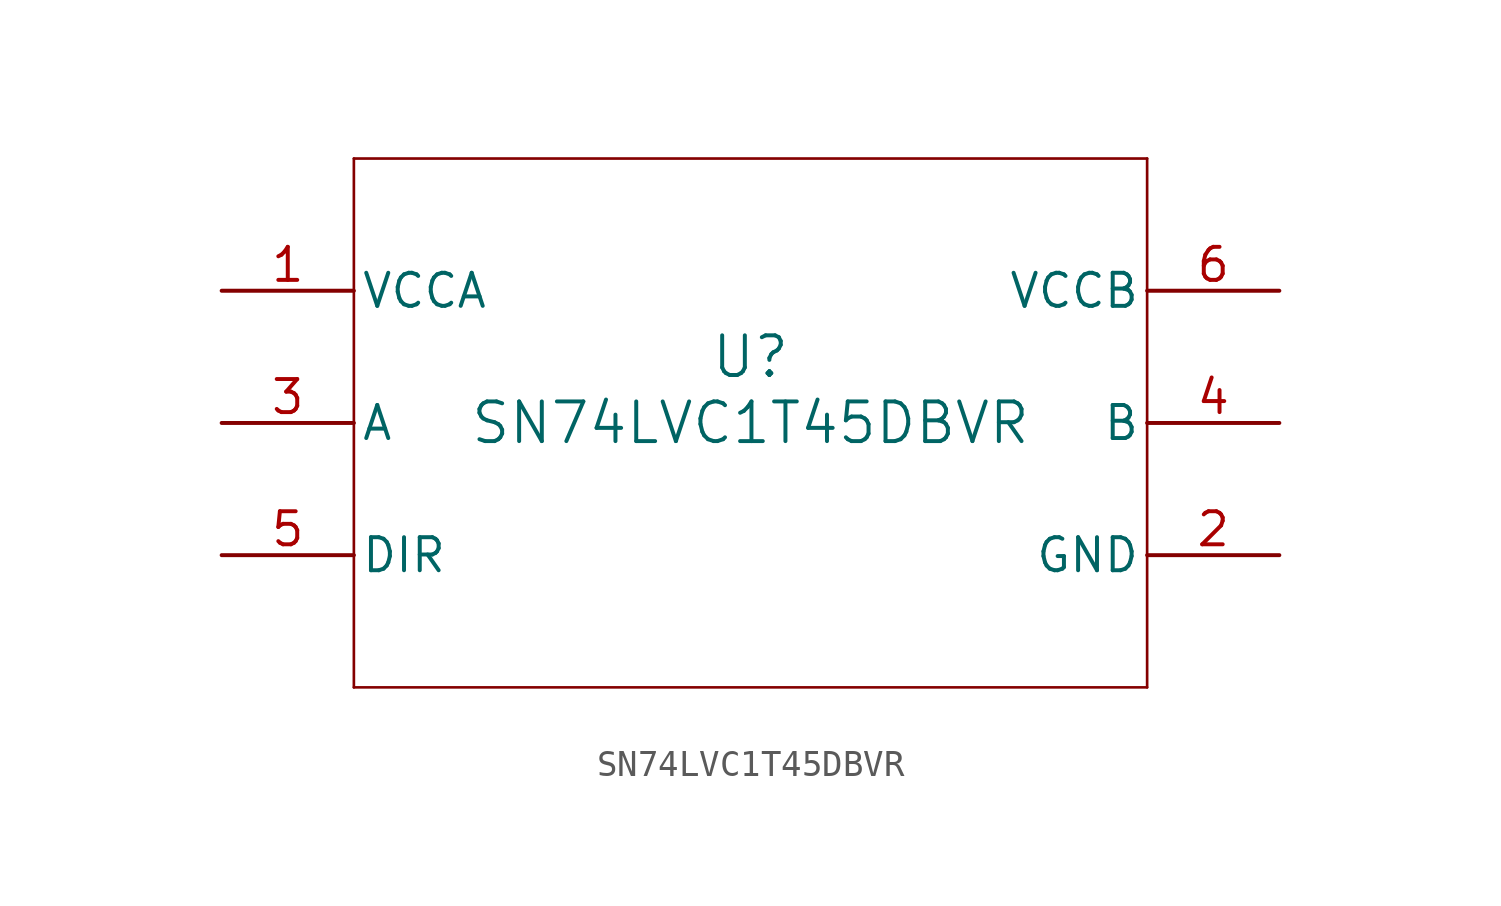
<source format=kicad_sym>
(kicad_symbol_lib
  (version 20211014)
  (generator kicad_symbol_editor)
  (symbol "SN74LVC1T45DBVR"
    (pin_names
      (offset 0.254))
    (property "Reference" "U"
      (at 0 2.54 0)
      (effects (font (size 1.524 1.524))))
    (property "Value" "SN74LVC1T45DBVR"
      (at 0 0 0)
      (effects (font (size 1.524 1.524))))
    (symbol "SN74LVC1T45DBVR_0_1"
      (polyline (pts (xy -15.24 -10.16) (xy 15.24 -10.16)) (stroke (width 0.102) (type default) (color 0 0 0 0)) (fill (type none)))
      (polyline (pts (xy 15.24 -10.16) (xy 15.24 10.16)) (stroke (width 0.102) (type default) (color 0 0 0 0)) (fill (type none)))
      (polyline (pts (xy 15.24 10.16) (xy -15.24 10.16)) (stroke (width 0.102) (type default) (color 0 0 0 0)) (fill (type none)))
      (polyline (pts (xy -15.24 10.16) (xy -15.24 -10.16)) (stroke (width 0.102) (type default) (color 0 0 0 0)) (fill (type none)))
      (pin power_in line (at -20.32 5.08 0) (length 5.08) (name "VCCA" (effects (font (size 1.27 1.27)))) (number "1" (effects (font (size 1.27 1.27)))))
      (pin power_in line (at 20.32 -5.08 180) (length 5.08) (name "GND" (effects (font (size 1.27 1.27)))) (number "2" (effects (font (size 1.27 1.27)))))
      (pin bidirectional line (at -20.32 0 0) (length 5.08) (name "A" (effects (font (size 1.27 1.27)))) (number "3" (effects (font (size 1.27 1.27)))))
      (pin bidirectional line (at 20.32 0 180) (length 5.08) (name "B" (effects (font (size 1.27 1.27)))) (number "4" (effects (font (size 1.27 1.27)))))
      (pin input line (at -20.32 -5.08 0) (length 5.08) (name "DIR" (effects (font (size 1.27 1.27)))) (number "5" (effects (font (size 1.27 1.27)))))
      (pin power_in line (at 20.32 5.08 180) (length 5.08) (name "VCCB" (effects (font (size 1.27 1.27)))) (number "6" (effects (font (size 1.27 1.27))))))))
</source>
